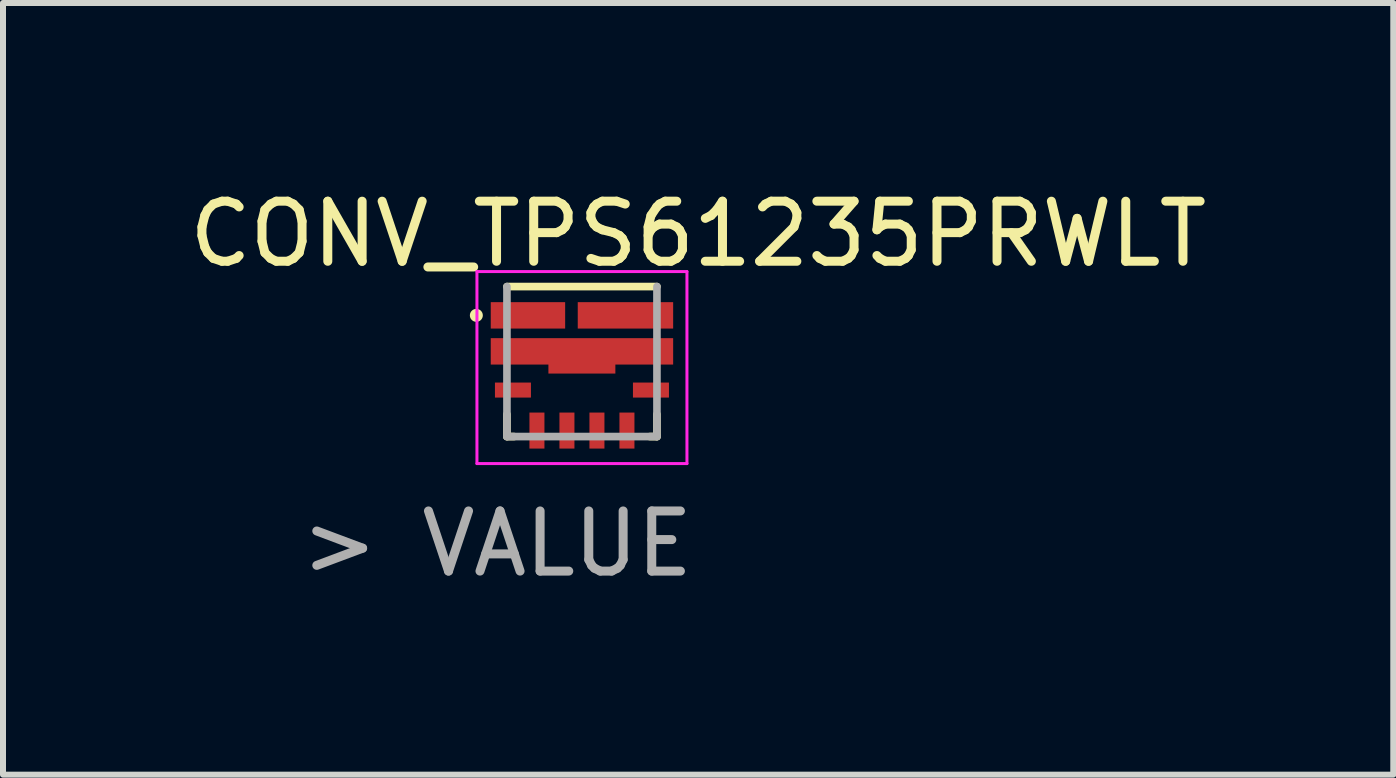
<source format=kicad_pcb>
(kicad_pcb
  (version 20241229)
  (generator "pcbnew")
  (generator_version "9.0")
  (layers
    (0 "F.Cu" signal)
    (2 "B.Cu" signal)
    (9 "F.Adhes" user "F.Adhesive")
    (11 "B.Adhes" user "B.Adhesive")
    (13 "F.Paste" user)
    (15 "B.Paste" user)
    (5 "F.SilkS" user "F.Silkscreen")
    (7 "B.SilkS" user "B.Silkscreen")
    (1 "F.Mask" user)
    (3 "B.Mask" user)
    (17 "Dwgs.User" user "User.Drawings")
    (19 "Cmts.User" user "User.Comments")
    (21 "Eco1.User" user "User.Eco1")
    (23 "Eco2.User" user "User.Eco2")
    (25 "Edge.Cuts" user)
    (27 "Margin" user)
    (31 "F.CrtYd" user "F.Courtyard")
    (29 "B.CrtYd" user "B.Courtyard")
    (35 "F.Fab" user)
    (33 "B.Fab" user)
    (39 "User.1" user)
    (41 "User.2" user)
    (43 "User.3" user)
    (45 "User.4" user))
  (footprint "CONV_TPS61235PRWLT"
    (layer "F.Cu")
    (at 6.649 2.976)
    (property "Reference" "CONV_TPS61235PRWLT" (at 1.937 -2.127 0) (layer "F.SilkS") (effects (font (size 1.001 1.001) (thickness 0.15))))
    (attr smd)
    (fp_poly (pts (xy -1.525 0.28) (xy -0.78 0.28) (xy -0.78 0.672) (xy -1.525 0.672)) (stroke (width 0.01) (type solid)) (fill yes) (layer "F.Mask"))
    (fp_poly (pts (xy -1.454 -0.32) (xy 1.45 -0.32) (xy 1.45 -0.02) (xy -1.454 -0.02)) (stroke (width 0.01) (type solid)) (fill yes) (layer "F.Mask"))
    (fp_poly (pts (xy -1.452 -0.92) (xy -0.35 -0.92) (xy -0.35 -0.621) (xy -1.452 -0.621)) (stroke (width 0.01) (type solid)) (fill yes) (layer "F.Mask"))
    (fp_poly (pts (xy -0.948 0.78) (xy -0.555 0.78) (xy -0.555 1.525) (xy -0.948 1.525)) (stroke (width 0.01) (type solid)) (fill yes) (layer "F.Mask"))
    (fp_poly (pts (xy -0.488 -0.02) (xy 0.487 -0.02) (xy 0.487 0.13) (xy -0.488 0.13)) (stroke (width 0.01) (type solid)) (fill yes) (layer "F.Mask"))
    (fp_poly (pts (xy -0.446 0.78) (xy -0.055 0.78) (xy -0.055 1.524) (xy -0.446 1.524)) (stroke (width 0.01) (type solid)) (fill yes) (layer "F.Mask"))
    (fp_poly (pts (xy 0 -0.92) (xy 1.45 -0.92) (xy 1.45 -0.621) (xy 0 -0.621)) (stroke (width 0.01) (type solid)) (fill yes) (layer "F.Mask"))
    (fp_poly (pts (xy 0.055 0.78) (xy 0.445 0.78) (xy 0.445 1.525) (xy 0.055 1.525)) (stroke (width 0.01) (type solid)) (fill yes) (layer "F.Mask"))
    (fp_poly (pts (xy 0.556 0.78) (xy 0.945 0.78) (xy 0.945 1.524) (xy 0.556 1.524)) (stroke (width 0.01) (type solid)) (fill yes) (layer "F.Mask"))
    (fp_poly (pts (xy 0.782 0.28) (xy 1.52 0.28) (xy 1.52 0.672) (xy 0.782 0.672)) (stroke (width 0.01) (type solid)) (fill yes) (layer "F.Mask"))
    (fp_line (start -1.25 -1.25) (end 1.25 -1.25) (stroke (width 0.127) (type solid)) (layer "F.SilkS"))
    (fp_line (start -1.25 1.25) (end -1.25 0.88) (stroke (width 0.127) (type solid)) (layer "F.SilkS"))
    (fp_line (start -1.13 1.25) (end -1.25 1.25) (stroke (width 0.127) (type solid)) (layer "F.SilkS"))
    (fp_line (start 1.25 0.88) (end 1.25 1.25) (stroke (width 0.127) (type solid)) (layer "F.SilkS"))
    (fp_line (start 1.25 1.25) (end 1.13 1.25) (stroke (width 0.127) (type solid)) (layer "F.SilkS"))
    (fp_circle (center -1.76 -0.77) (end -1.652 -0.77) (stroke (width 0) (type solid)) (fill yes) (layer "F.SilkS"))
    (fp_poly (pts (xy -1.455 -0.92) (xy -0.5 -0.92) (xy -0.5 -0.622) (xy -1.455 -0.622)) (stroke (width 0.01) (type solid)) (fill yes) (layer "F.Paste"))
    (fp_poly (pts (xy -1.453 -0.32) (xy -0.71 -0.32) (xy -0.71 -0.02) (xy -1.453 -0.02)) (stroke (width 0.01) (type solid)) (fill yes) (layer "F.Paste"))
    (fp_poly (pts (xy -0.491 -0.32) (xy 0.49 -0.32) (xy 0.49 0.13) (xy -0.491 0.13)) (stroke (width 0.01) (type solid)) (fill yes) (layer "F.Paste"))
    (fp_poly (pts (xy 0 -0.92) (xy 0.65 -0.92) (xy 0.65 -0.621) (xy 0 -0.621)) (stroke (width 0.01) (type solid)) (fill yes) (layer "F.Paste"))
    (fp_poly (pts (xy 0.711 -0.32) (xy 1.45 -0.32) (xy 1.45 -0.02) (xy 0.711 -0.02)) (stroke (width 0.01) (type solid)) (fill yes) (layer "F.Paste"))
    (fp_poly (pts (xy 0.852 -0.92) (xy 1.45 -0.92) (xy 1.45 -0.622) (xy 0.852 -0.622)) (stroke (width 0.01) (type solid)) (fill yes) (layer "F.Paste"))
    (fp_line (start -1.75 -1.5) (end 1.75 -1.5) (stroke (width 0.05) (type solid)) (layer "F.CrtYd"))
    (fp_line (start -1.75 1.7) (end -1.75 -1.5) (stroke (width 0.05) (type solid)) (layer "F.CrtYd"))
    (fp_line (start 1.75 -1.5) (end 1.75 1.7) (stroke (width 0.05) (type solid)) (layer "F.CrtYd"))
    (fp_line (start 1.75 1.7) (end -1.75 1.7) (stroke (width 0.05) (type solid)) (layer "F.CrtYd"))
    (fp_line (start -1.25 1.25) (end -1.25 -1.25) (stroke (width 0.127) (type solid)) (layer "F.Fab"))
    (fp_line (start 1.25 -1.25) (end 1.25 1.25) (stroke (width 0.127) (type solid)) (layer "F.Fab"))
    (fp_line (start 1.25 1.25) (end -1.25 1.25) (stroke (width 0.127) (type solid)) (layer "F.Fab"))
    (fp_text user "> VALUE" (at -1.413 3.036 0) (layer "F.Fab") (effects (font (size 1.002 1.002) (thickness 0.15))))
    (pad "1" smd rect (at -0.9 -0.77) (size 1.24 0.44) (layers "F.Cu"))
    (pad "2" smd rect (at -0.001 0.12) (size 1.116 0.16) (layers "F.Cu"))
    (pad "2" smd rect (at 0 -0.17) (size 3.04 0.44) (layers "F.Cu"))
    (pad "3" smd rect (at -1.15 0.475) (size 0.6 0.25) (layers "F.Cu" "F.Paste"))
    (pad "4" smd rect (at -0.75 1.15) (size 0.25 0.6) (layers "F.Cu" "F.Paste"))
    (pad "5" smd rect (at -0.25 1.15) (size 0.25 0.6) (layers "F.Cu" "F.Paste"))
    (pad "6" smd rect (at 0.25 1.15) (size 0.25 0.6) (layers "F.Cu" "F.Paste"))
    (pad "7" smd rect (at 0.75 1.15) (size 0.25 0.6) (layers "F.Cu" "F.Paste"))
    (pad "8" smd rect (at 1.15 0.475) (size 0.6 0.25) (layers "F.Cu" "F.Paste"))
    (pad "9" smd rect (at 0.725 -0.77) (size 1.59 0.44) (layers "F.Cu")))
  (gr_rect
    (start -3 -3)
    (end 20.171 9.861)
    (stroke (width 0.1) (type default))
    (fill no)
    (layer "Edge.Cuts")))
</source>
